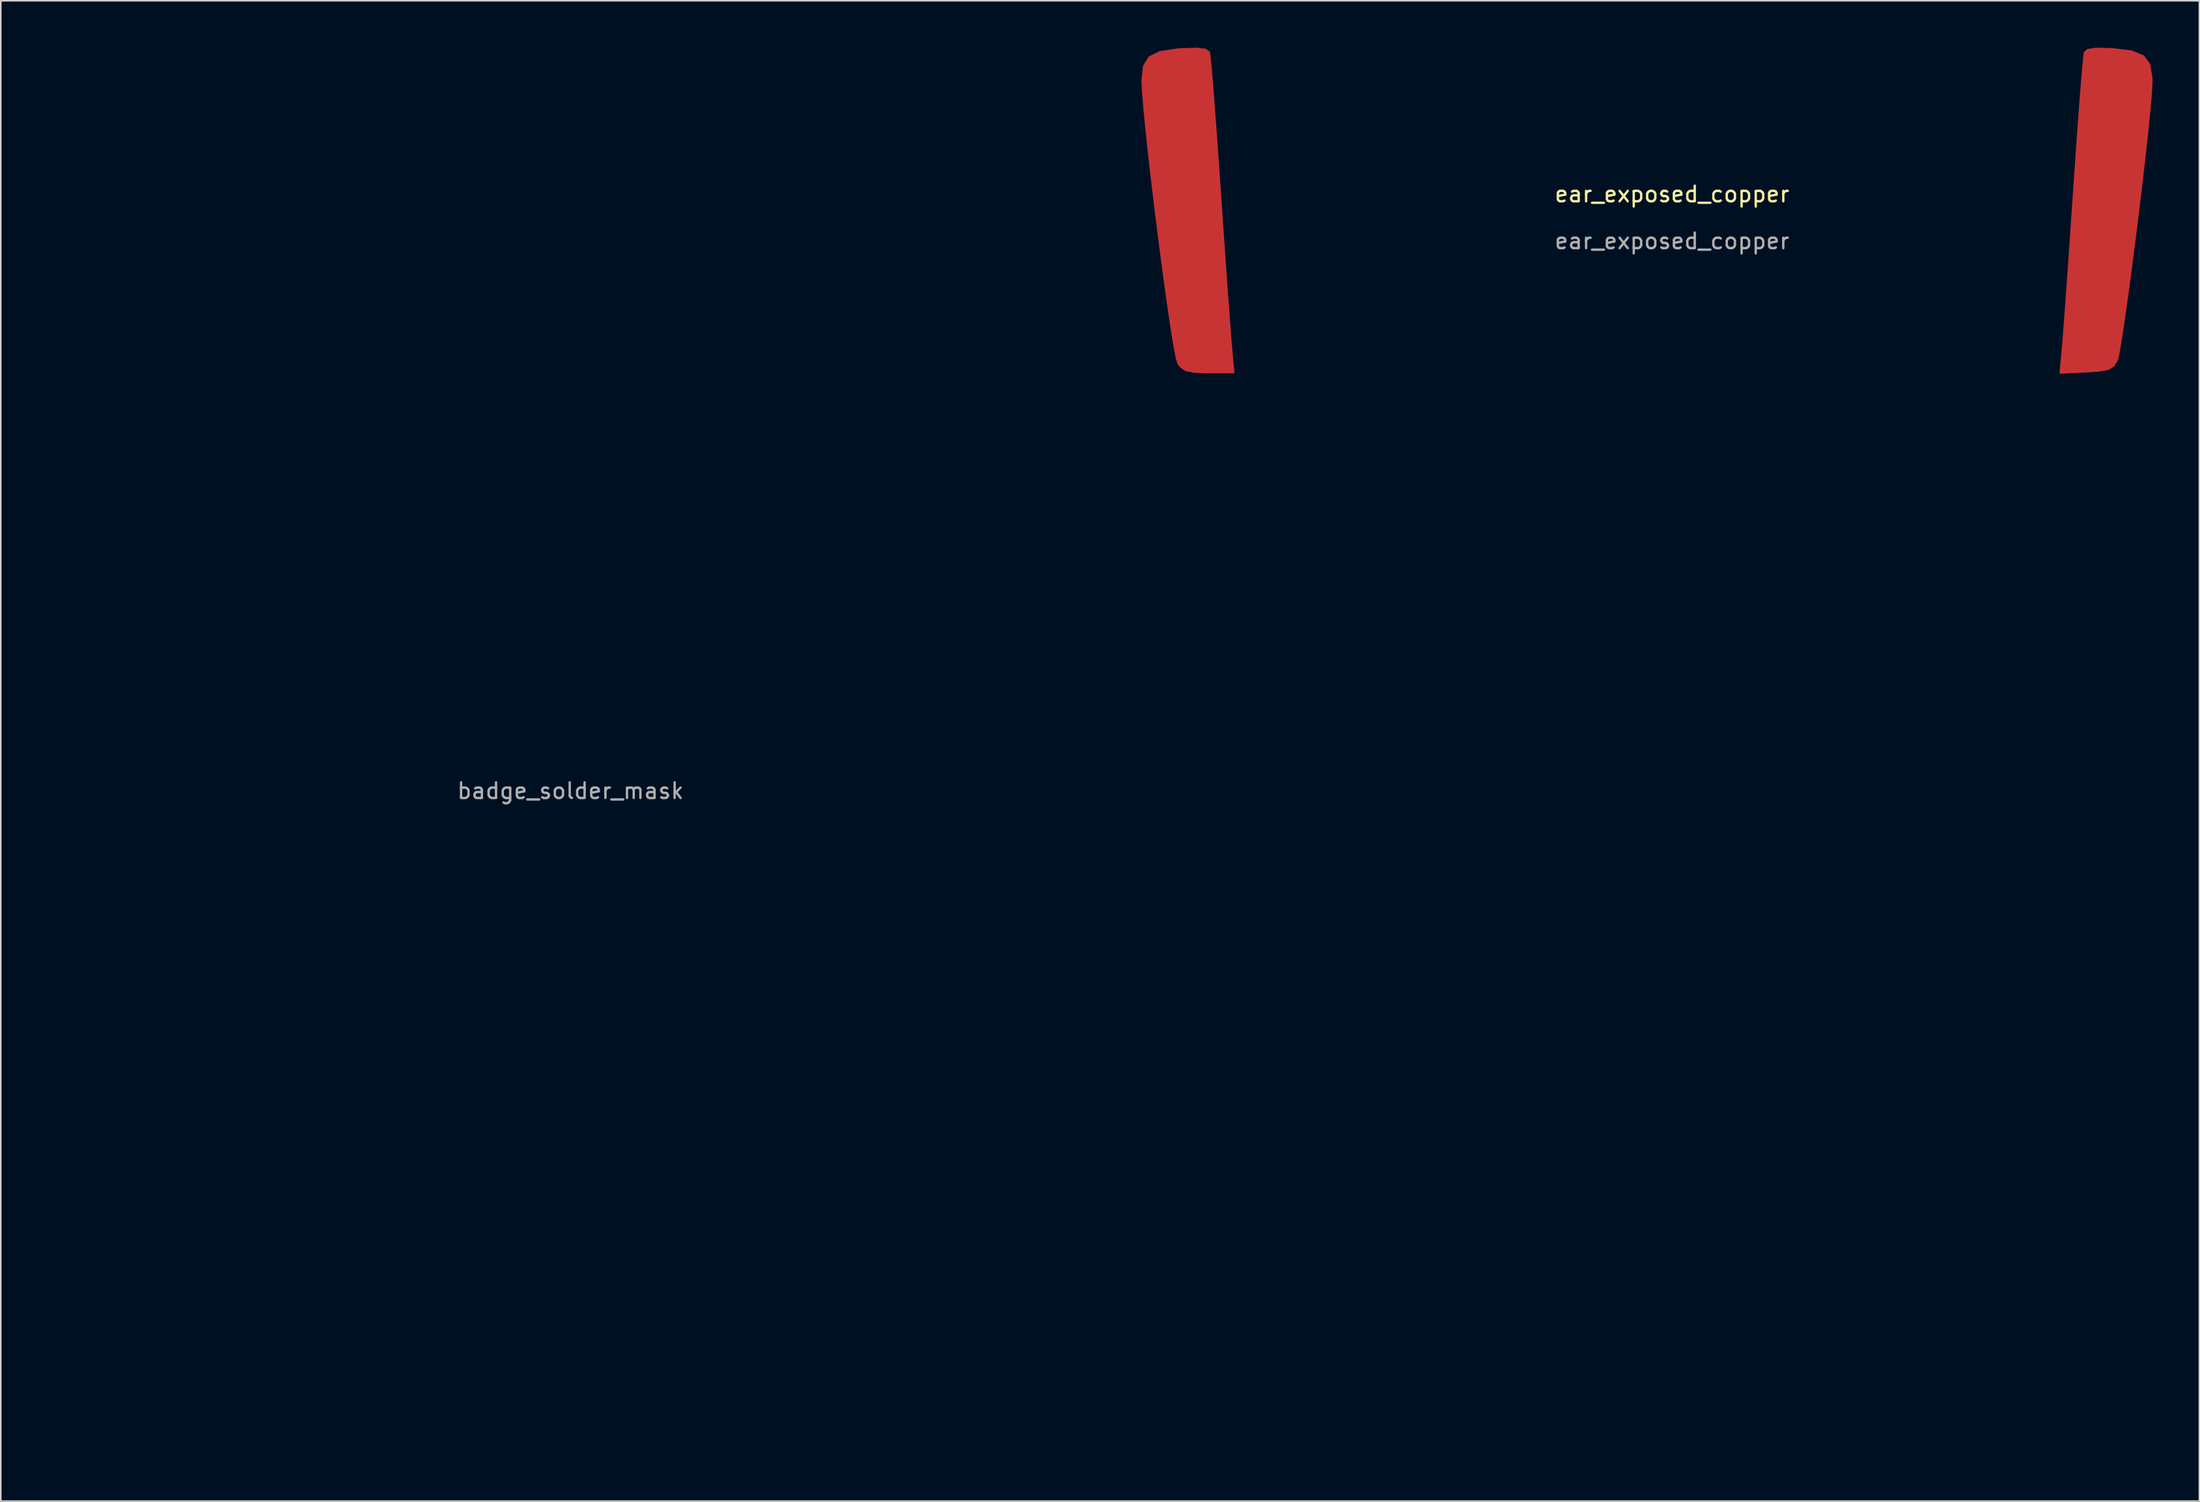
<source format=kicad_pcb>
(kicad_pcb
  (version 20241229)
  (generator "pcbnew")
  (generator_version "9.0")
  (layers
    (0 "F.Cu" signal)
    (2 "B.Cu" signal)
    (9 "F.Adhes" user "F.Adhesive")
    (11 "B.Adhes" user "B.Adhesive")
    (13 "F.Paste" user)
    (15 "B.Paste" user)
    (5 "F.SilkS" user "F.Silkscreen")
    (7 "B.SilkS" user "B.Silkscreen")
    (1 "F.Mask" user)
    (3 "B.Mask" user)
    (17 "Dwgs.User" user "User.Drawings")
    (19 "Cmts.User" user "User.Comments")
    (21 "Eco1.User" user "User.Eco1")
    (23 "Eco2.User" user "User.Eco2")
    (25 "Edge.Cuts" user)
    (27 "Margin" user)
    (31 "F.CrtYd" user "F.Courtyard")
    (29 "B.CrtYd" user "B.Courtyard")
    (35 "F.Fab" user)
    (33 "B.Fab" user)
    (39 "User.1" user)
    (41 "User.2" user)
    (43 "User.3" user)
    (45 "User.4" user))
  (footprint "ear_exposed_copper"
    (layer "F.Cu")
    (at 103.955 9.877)
    (property "Reference" "ear_exposed_copper" (at 0 -0.5 0) (unlocked yes) (layer "F.SilkS") (effects (font (size 1 1) (thickness 0.15))))
    (attr smd)
    (fp_poly (pts (xy -29.839 -9.809) (xy -29.584 -9.628) (xy -29.569 -9.589) (xy -29.523 -9.24) (xy -29.447 -8.426) (xy -29.347 -7.213) (xy -29.229 -5.671) (xy -29.096 -3.867) (xy -28.955 -1.868) (xy -28.891 -0.936) (xy -28.744 1.214) (xy -28.601 3.276) (xy -28.467 5.169) (xy -28.348 6.806) (xy -28.251 8.105) (xy -28.182 8.981) (xy -28.167 9.157) (xy -28.005 10.962) (xy -29.637 10.962) (xy -30.583 10.934) (xy -31.153 10.818) (xy -31.502 10.568) (xy -31.655 10.361) (xy -31.765 9.977) (xy -31.923 9.139) (xy -32.118 7.924) (xy -32.34 6.411) (xy -32.581 4.677) (xy -32.828 2.799) (xy -33.074 0.855) (xy -33.308 -1.078) (xy -33.52 -2.921) (xy -33.701 -4.598) (xy -33.84 -6.03) (xy -33.928 -7.14) (xy -33.956 -7.801) (xy -33.857 -8.71) (xy -33.502 -9.304) (xy -32.806 -9.652) (xy -31.684 -9.825) (xy -31.452 -9.842) (xy -30.429 -9.876)) (stroke (width 0) (type solid)) (fill yes) (layer "F.Cu"))
    (fp_poly (pts (xy 28.066 -9.853) (xy 28.243 -9.842) (xy 29.438 -9.694) (xy 30.194 -9.382) (xy 30.599 -8.83) (xy 30.742 -7.961) (xy 30.747 -7.676) (xy 30.714 -6.999) (xy 30.622 -5.915) (xy 30.479 -4.503) (xy 30.297 -2.842) (xy 30.086 -1.012) (xy 29.854 0.907) (xy 29.612 2.836) (xy 29.37 4.697) (xy 29.138 6.408) (xy 28.926 7.892) (xy 28.744 9.068) (xy 28.601 9.857) (xy 28.52 10.16) (xy 28.286 10.532) (xy 27.929 10.746) (xy 27.303 10.857) (xy 26.498 10.909) (xy 24.793 10.989) (xy 24.958 9.171) (xy 25.017 8.443) (xy 25.106 7.266) (xy 25.218 5.724) (xy 25.347 3.901) (xy 25.487 1.881) (xy 25.632 -0.251) (xy 25.678 -0.936) (xy 25.82 -2.999) (xy 25.956 -4.898) (xy 26.081 -6.565) (xy 26.19 -7.932) (xy 26.278 -8.932) (xy 26.338 -9.496) (xy 26.356 -9.589) (xy 26.572 -9.79) (xy 27.11 -9.873)) (stroke (width 0) (type solid)) (fill yes) (layer "F.Cu"))
    (fp_poly (pts (xy -29.84 -9.81) (xy -29.585 -9.628) (xy -29.57 -9.59) (xy -29.524 -9.241) (xy -29.448 -8.426) (xy -29.348 -7.214) (xy -29.229 -5.671) (xy -29.097 -3.867) (xy -28.956 -1.869) (xy -28.892 -0.936) (xy -28.745 1.213) (xy -28.601 3.276) (xy -28.467 5.168) (xy -28.349 6.806) (xy -28.252 8.105) (xy -28.183 8.981) (xy -28.167 9.157) (xy -28.005 10.962) (xy -29.638 10.962) (xy -30.584 10.933) (xy -31.153 10.818) (xy -31.503 10.568) (xy -31.655 10.36) (xy -31.766 9.976) (xy -31.924 9.138) (xy -32.119 7.924) (xy -32.341 6.411) (xy -32.581 4.676) (xy -32.829 2.798) (xy -33.075 0.854) (xy -33.309 -1.078) (xy -33.521 -2.922) (xy -33.702 -4.598) (xy -33.841 -6.03) (xy -33.929 -7.14) (xy -33.956 -7.802) (xy -33.857 -8.71) (xy -33.502 -9.304) (xy -32.807 -9.653) (xy -31.684 -9.826) (xy -31.452 -9.843) (xy -30.43 -9.877)) (stroke (width 0) (type solid)) (fill yes) (layer "F.Mask"))
    (fp_poly (pts (xy 28.066 -9.853) (xy 28.243 -9.842) (xy 29.438 -9.694) (xy 30.193 -9.382) (xy 30.599 -8.83) (xy 30.742 -7.961) (xy 30.747 -7.676) (xy 30.714 -6.999) (xy 30.621 -5.915) (xy 30.479 -4.503) (xy 30.297 -2.842) (xy 30.085 -1.012) (xy 29.854 0.907) (xy 29.612 2.836) (xy 29.37 4.697) (xy 29.138 6.408) (xy 28.926 7.892) (xy 28.744 9.068) (xy 28.601 9.857) (xy 28.52 10.16) (xy 28.285 10.531) (xy 27.928 10.746) (xy 27.303 10.857) (xy 26.498 10.909) (xy 24.793 10.989) (xy 24.958 9.171) (xy 25.017 8.443) (xy 25.106 7.266) (xy 25.218 5.724) (xy 25.347 3.901) (xy 25.487 1.881) (xy 25.632 -0.251) (xy 25.678 -0.936) (xy 25.82 -2.999) (xy 25.956 -4.898) (xy 26.081 -6.565) (xy 26.19 -7.932) (xy 26.277 -8.932) (xy 26.338 -9.496) (xy 26.355 -9.589) (xy 26.571 -9.79) (xy 27.11 -9.873)) (stroke (width 0) (type solid)) (fill yes) (layer "F.Mask"))
    (fp_text user "${REFERENCE}" (at 0 2.5 0) (unlocked yes) (layer "F.Fab") (effects (font (size 1 1) (thickness 0.15)))))
  (footprint "badge_solder_mask"
    (layer "F.Cu")
    (at 33.457 45.064)
    (property "Reference" "badge_solder_mask" (at 0 -0.5 0) (unlocked yes) (layer "F.Mask") (effects (font (size 1 1) (thickness 0.15))))
    (attr smd)
    (fp_poly (pts (xy -11.804 2.245) (xy -10.299 2.587) (xy -8.872 3.176) (xy -7.604 4.017) (xy -7.301 4.287) (xy -6.391 5.381) (xy -6.011 6.411) (xy -6.159 7.357) (xy -6.834 8.2) (xy -7.837 8.829) (xy -9.709 9.46) (xy -11.613 9.555) (xy -12.418 9.438) (xy -14.142 8.934) (xy -15.618 8.193) (xy -16.772 7.274) (xy -17.534 6.234) (xy -17.832 5.13) (xy -17.834 5.041) (xy -17.598 4.027) (xy -16.944 3.225) (xy -15.955 2.639) (xy -14.714 2.277) (xy -13.303 2.143)) (stroke (width 0) (type solid)) (fill yes) (layer "F.Mask"))
    (fp_poly (pts (xy 14.914 2.259) (xy 16.303 2.68) (xy 17.402 3.425) (xy 17.957 4.2) (xy 18.226 4.86) (xy 18.236 5.361) (xy 17.987 6.004) (xy 17.944 6.095) (xy 17.093 7.286) (xy 15.819 8.257) (xy 14.211 8.967) (xy 12.356 9.373) (xy 11.008 9.453) (xy 9.766 9.402) (xy 8.852 9.226) (xy 8.06 8.886) (xy 7.979 8.841) (xy 6.9 8.031) (xy 6.352 7.126) (xy 6.337 6.129) (xy 6.854 5.043) (xy 7.173 4.628) (xy 8.305 3.653) (xy 9.795 2.896) (xy 11.493 2.391) (xy 13.249 2.167)) (stroke (width 0) (type solid)) (fill yes) (layer "F.Mask"))
    (fp_poly (pts (xy 3.357 -44.898) (xy 7.389 -44.199) (xy 11.434 -42.963) (xy 15.499 -41.192) (xy 19.593 -38.883) (xy 23.562 -36.157) (xy 24.685 -35.31) (xy 25.627 -34.58) (xy 26.314 -34.025) (xy 26.675 -33.704) (xy 26.71 -33.649) (xy 26.418 -33.633) (xy 25.714 -33.666) (xy 24.724 -33.742) (xy 24.184 -33.792) (xy 21.487 -34.012) (xy 18.402 -34.198) (xy 14.997 -34.35) (xy 11.339 -34.467) (xy 7.497 -34.549) (xy 3.538 -34.598) (xy -0.47 -34.614) (xy -4.461 -34.595) (xy -8.365 -34.544) (xy -12.116 -34.46) (xy -15.645 -34.342) (xy -18.886 -34.193) (xy -21.77 -34.01) (xy -24.23 -33.796) (xy -25.67 -33.626) (xy -26.616 -33.498) (xy -25.535 -34.478) (xy -24.555 -35.291) (xy -23.234 -36.283) (xy -21.701 -37.364) (xy -20.084 -38.448) (xy -18.513 -39.446) (xy -17.117 -40.269) (xy -16.888 -40.395) (xy -12.802 -42.36) (xy -8.742 -43.794) (xy -4.701 -44.695) (xy -0.671 -45.064)) (stroke (width 0) (type solid)) (fill yes) (layer "F.Mask"))
    (fp_poly (pts (xy 6.644 -33.715) (xy 11.257 -33.644) (xy 15.449 -33.522) (xy 19.206 -33.35) (xy 22.511 -33.129) (xy 25.35 -32.86) (xy 27.707 -32.544) (xy 29.567 -32.182) (xy 30.914 -31.774) (xy 31.556 -31.455) (xy 32.242 -30.747) (xy 32.777 -29.609) (xy 33.168 -28.018) (xy 33.418 -25.952) (xy 33.533 -23.389) (xy 33.541 -22.66) (xy 33.463 -19.664) (xy 33.2 -17.042) (xy 32.759 -14.823) (xy 32.148 -13.034) (xy 31.375 -11.704) (xy 30.448 -10.861) (xy 30.26 -10.761) (xy 29.646 -10.547) (xy 28.722 -10.354) (xy 27.459 -10.181) (xy 25.825 -10.024) (xy 23.791 -9.882) (xy 21.326 -9.753) (xy 18.4 -9.633) (xy 14.982 -9.522) (xy 12.7 -9.458) (xy 10.128 -9.391) (xy 7.887 -9.337) (xy 5.895 -9.296) (xy 4.069 -9.268) (xy 2.327 -9.252) (xy 0.588 -9.25) (xy -1.232 -9.26) (xy -3.214 -9.284) (xy -5.44 -9.32) (xy -7.993 -9.37) (xy -10.954 -9.433) (xy -12.97 -9.477) (xy -16.664 -9.574) (xy -19.978 -9.692) (xy -22.884 -9.829) (xy -25.351 -9.983) (xy -27.351 -10.154) (xy -28.854 -10.338) (xy -29.401 -10.433) (xy -30.37 -10.894) (xy -31.237 -11.836) (xy -31.985 -13.205) (xy -32.597 -14.949) (xy -33.058 -17.015) (xy -33.35 -19.349) (xy -33.457 -21.9) (xy -33.432 -23.373) (xy -33.306 -25.616) (xy -33.111 -27.396) (xy -32.832 -28.791) (xy -32.454 -29.875) (xy -32.057 -30.592) (xy -31.587 -31.188) (xy -31.03 -31.63) (xy -30.276 -31.966) (xy -29.215 -32.242) (xy -27.738 -32.507) (xy -27.542 -32.538) (xy -25.982 -32.761) (xy -24.311 -32.954) (xy -22.476 -33.12) (xy -20.427 -33.261) (xy -18.111 -33.38) (xy -15.478 -33.479) (xy -12.475 -33.561) (xy -9.052 -33.628) (xy -5.156 -33.684) (xy -3.783 -33.699) (xy 1.625 -33.734)) (stroke (width 0) (type solid)) (fill yes) (layer "F.Mask"))
    (fp_poly (pts (xy 27.641 -9.132) (xy 27.72 -9.119) (xy 27.737 -8.839) (xy 27.712 -8.071) (xy 27.646 -6.81) (xy 27.538 -5.05) (xy 27.388 -2.785) (xy 27.195 -0.012) (xy 26.958 3.277) (xy 26.678 7.085) (xy 26.355 11.419) (xy 25.987 16.284) (xy 25.788 18.901) (xy 25.548 22.014) (xy 25.338 24.642) (xy 25.149 26.837) (xy 24.974 28.653) (xy 24.802 30.143) (xy 24.626 31.361) (xy 24.437 32.36) (xy 24.227 33.194) (xy 23.987 33.914) (xy 23.707 34.576) (xy 23.381 35.232) (xy 23.073 35.803) (xy 22.233 37.036) (xy 21.06 38.374) (xy 19.701 39.675) (xy 18.304 40.797) (xy 17.143 41.532) (xy 15.103 42.462) (xy 12.721 43.301) (xy 10.194 43.985) (xy 7.971 44.417) (xy 6.08 44.643) (xy 3.835 44.812) (xy 1.42 44.917) (xy -0.98 44.953) (xy -3.183 44.913) (xy -4.594 44.829) (xy -8.606 44.301) (xy -12.255 43.413) (xy -15.592 42.152) (xy -16.812 41.559) (xy -19.024 40.123) (xy -20.983 38.267) (xy -22.62 36.082) (xy -23.862 33.658) (xy -24.45 31.9) (xy -24.525 31.429) (xy -24.63 30.488) (xy -24.763 29.127) (xy -24.919 27.397) (xy -25.095 25.35) (xy -25.287 23.036) (xy -25.491 20.507) (xy -25.703 17.812) (xy -25.92 15.003) (xy -26.137 12.131) (xy -26.352 9.247) (xy -26.559 6.402) (xy -26.67 4.85) (xy -18.645 4.85) (xy -18.39 6.329) (xy -17.628 7.625) (xy -16.361 8.737) (xy -14.696 9.617) (xy -13.853 9.94) (xy -13.094 10.131) (xy -12.237 10.215) (xy -11.1 10.218) (xy -10.506 10.201) (xy -9.234 10.143) (xy -8.349 10.045) (xy -7.699 9.872) (xy -7.13 9.593) (xy -6.816 9.395) (xy -5.808 8.486) (xy -5.276 7.46) (xy -5.189 6.436) (xy 5.515 6.436) (xy 5.65 7.62) (xy 6.285 8.683) (xy 7.414 9.568) (xy 7.562 9.649) (xy 8.819 10.084) (xy 10.392 10.286) (xy 12.108 10.253) (xy 13.796 9.985) (xy 14.784 9.689) (xy 16.518 8.769) (xy 17.631 7.836) (xy 18.325 7.116) (xy 18.71 6.573) (xy 18.876 6.018) (xy 18.915 5.261) (xy 18.915 5.146) (xy 18.868 4.234) (xy 18.664 3.61) (xy 18.205 3.023) (xy 18.02 2.834) (xy 16.931 2.032) (xy 15.557 1.555) (xy 13.827 1.384) (xy 12.7 1.413) (xy 10.468 1.757) (xy 8.587 2.502) (xy 7.038 3.656) (xy 6.778 3.924) (xy 5.889 5.186) (xy 5.515 6.436) (xy -5.189 6.436) (xy -5.183 6.37) (xy -5.492 5.269) (xy -6.165 4.211) (xy -7.166 3.248) (xy -8.459 2.434) (xy -10.005 1.821) (xy -11.767 1.463) (xy -12.38 1.411) (xy -14.33 1.42) (xy -15.882 1.711) (xy -17.112 2.302) (xy -17.75 2.834) (xy -18.348 3.545) (xy -18.604 4.238) (xy -18.645 4.85) (xy -26.67 4.85) (xy -26.756 3.646) (xy -26.938 1.031) (xy -27.102 -1.393) (xy -27.245 -3.575) (xy -27.361 -5.463) (xy -27.448 -7.008) (xy -27.501 -8.157) (xy -27.517 -8.86) (xy -27.5 -9.069) (xy -27.199 -9.098) (xy -26.436 -9.097) (xy -25.289 -9.07) (xy -23.837 -9.017) (xy -22.157 -8.941) (xy -21.173 -8.891) (xy -19.236 -8.807) (xy -16.845 -8.736) (xy -14.072 -8.678) (xy -10.992 -8.631) (xy -7.677 -8.598) (xy -4.202 -8.576) (xy -0.639 -8.567) (xy 2.939 -8.57) (xy 6.457 -8.586) (xy 9.843 -8.613) (xy 13.023 -8.654) (xy 15.924 -8.706) (xy 18.472 -8.771) (xy 20.595 -8.848) (xy 21.57 -8.896) (xy 23.317 -8.99) (xy 24.876 -9.063) (xy 26.169 -9.113) (xy 27.117 -9.137)) (stroke (width 0) (type solid)) (fill yes) (layer "F.Mask"))
    (fp_text user "${REFERENCE}" (at 0 2.5 0) (unlocked yes) (layer "F.Fab") (effects (font (size 1 1) (thickness 0.15)))))
  (gr_rect
    (start -3 -3)
    (end 137.702 93.016)
    (stroke (width 0.1) (type default))
    (fill no)
    (layer "Edge.Cuts")))
</source>
